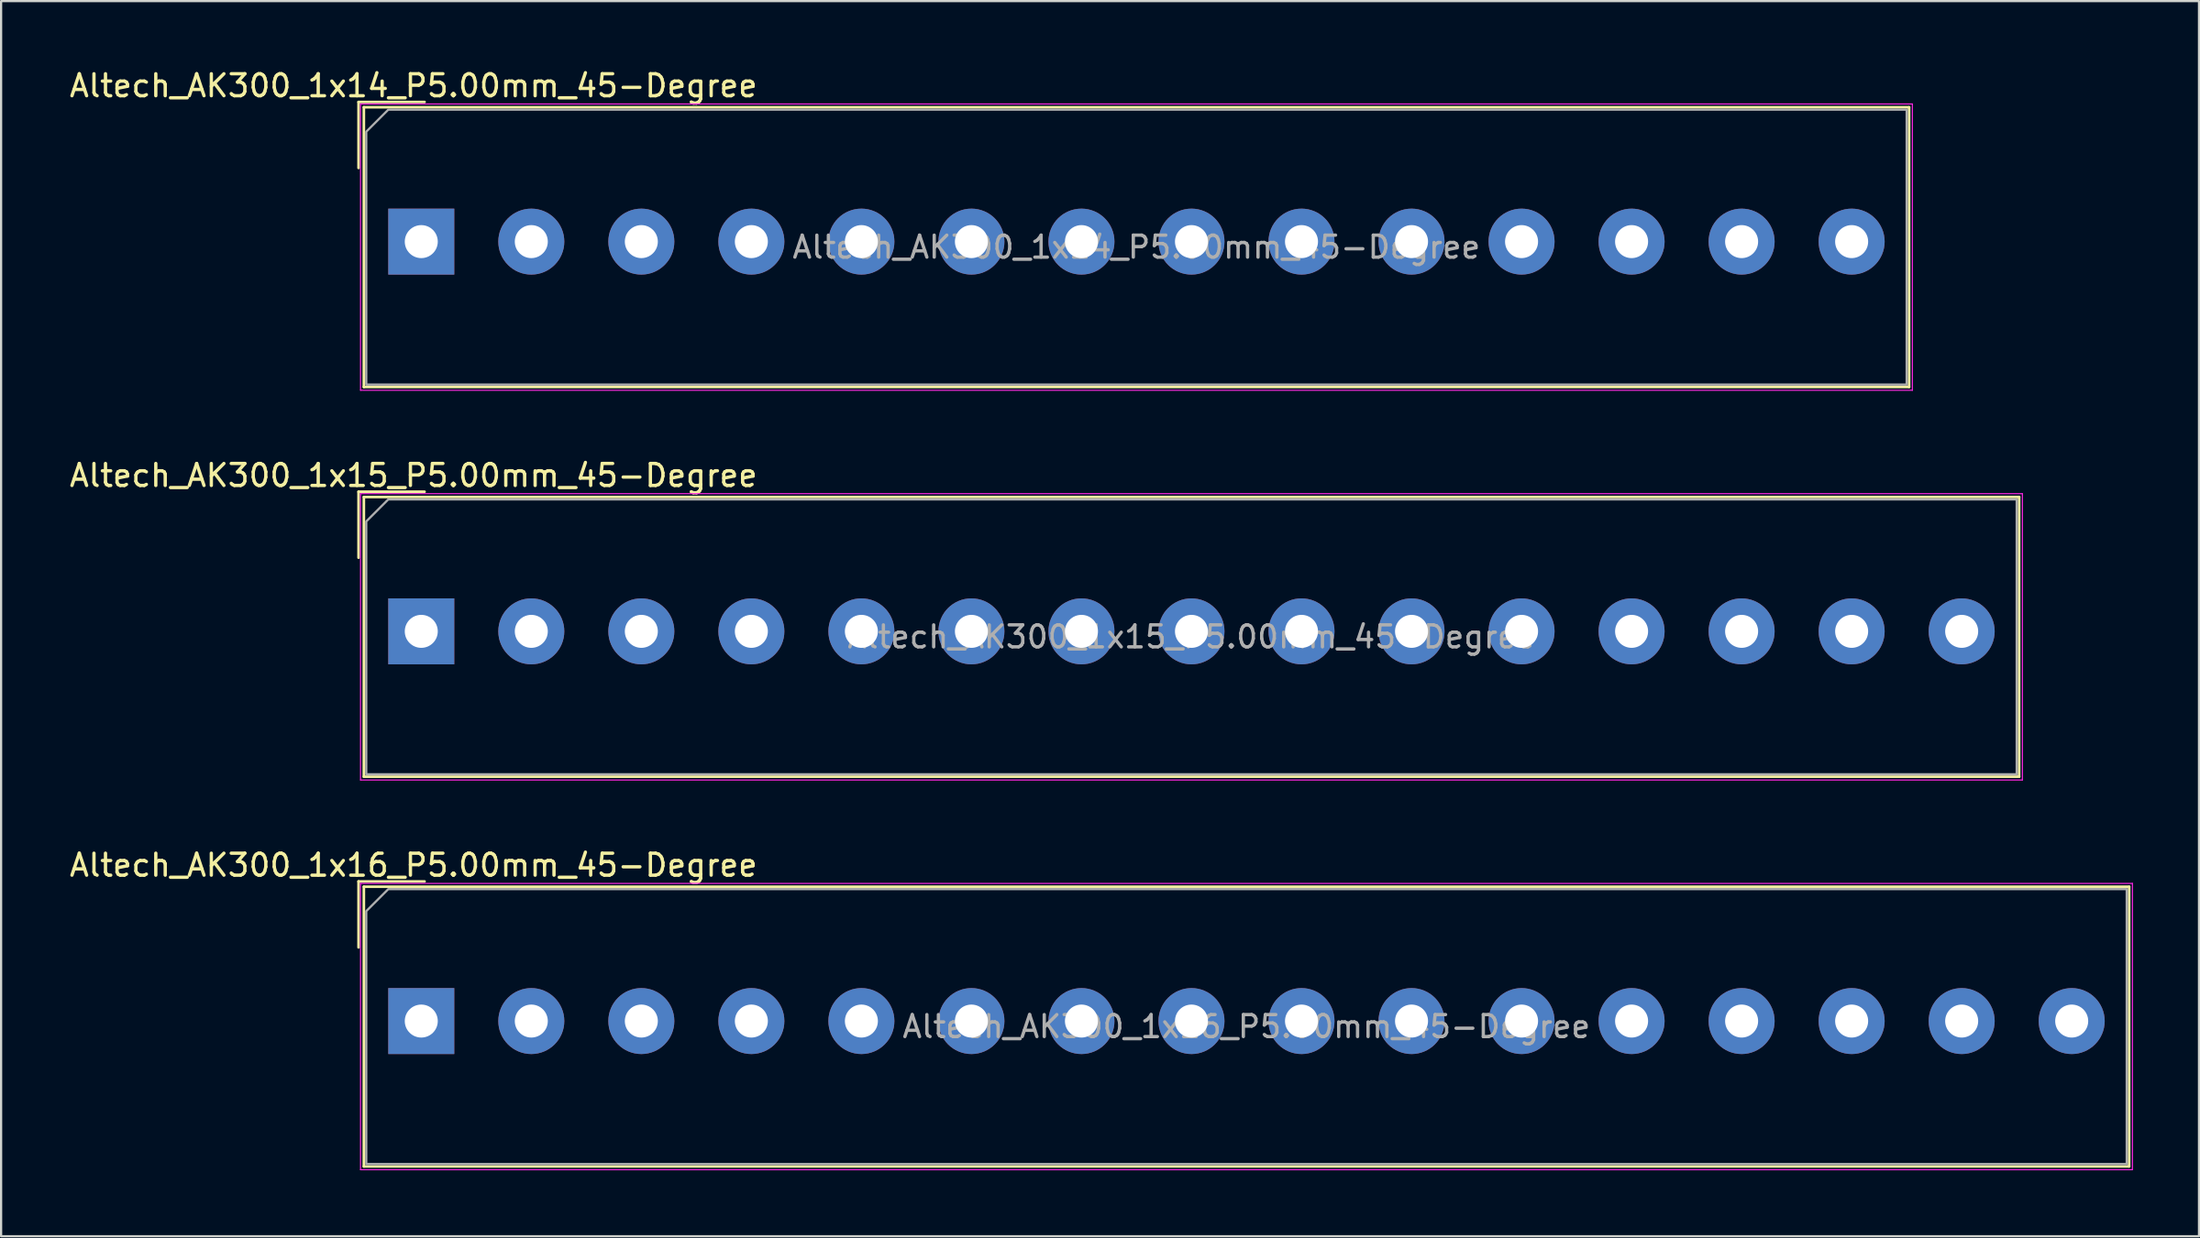
<source format=kicad_pcb>
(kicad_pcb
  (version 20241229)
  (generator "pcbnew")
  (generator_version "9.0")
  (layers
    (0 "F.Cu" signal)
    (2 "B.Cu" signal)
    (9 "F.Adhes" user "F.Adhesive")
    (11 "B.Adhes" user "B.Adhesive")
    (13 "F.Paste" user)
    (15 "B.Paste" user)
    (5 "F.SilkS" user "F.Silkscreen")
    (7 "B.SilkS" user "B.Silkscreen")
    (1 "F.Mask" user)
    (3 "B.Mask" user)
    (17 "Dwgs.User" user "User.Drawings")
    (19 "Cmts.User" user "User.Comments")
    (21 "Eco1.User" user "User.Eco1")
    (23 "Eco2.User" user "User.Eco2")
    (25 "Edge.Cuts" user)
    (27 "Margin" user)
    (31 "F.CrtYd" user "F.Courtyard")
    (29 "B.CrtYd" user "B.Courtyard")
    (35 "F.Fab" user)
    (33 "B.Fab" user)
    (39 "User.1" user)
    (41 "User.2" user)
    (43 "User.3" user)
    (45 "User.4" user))
  (footprint "Altech_AK300_1x15_P5.00mm_45-Degree"
    (layer "F.Cu")
    (at 16.094 25.662)
    (property "Reference" "Altech_AK300_1x15_P5.00mm_45-Degree" (at -0.35 -7.09 0) (layer "F.SilkS") (effects (font (size 1 1) (thickness 0.15))))
    (attr through_hole)
    (fp_line (start -2.85 -6.35) (end 0.15 -6.35) (stroke (width 0.12) (type solid)) (layer "F.SilkS"))
    (fp_line (start -2.85 -3.35) (end -2.85 -6.35) (stroke (width 0.12) (type solid)) (layer "F.SilkS"))
    (fp_line (start -2.61 -6.11) (end -2.61 6.61) (stroke (width 0.12) (type solid)) (layer "F.SilkS"))
    (fp_line (start -2.61 -6.11) (end 72.61 -6.11) (stroke (width 0.12) (type solid)) (layer "F.SilkS"))
    (fp_line (start -2.61 6.61) (end 72.61 6.61) (stroke (width 0.12) (type solid)) (layer "F.SilkS"))
    (fp_line (start 72.61 -6.11) (end 72.61 6.61) (stroke (width 0.12) (type solid)) (layer "F.SilkS"))
    (fp_line (start -2.76 -6.26) (end -2.76 6.76) (stroke (width 0.05) (type solid)) (layer "F.CrtYd"))
    (fp_line (start -2.76 6.76) (end 72.76 6.76) (stroke (width 0.05) (type solid)) (layer "F.CrtYd"))
    (fp_line (start 72.76 -6.26) (end -2.76 -6.26) (stroke (width 0.05) (type solid)) (layer "F.CrtYd"))
    (fp_line (start 72.76 6.76) (end 72.76 -6.26) (stroke (width 0.05) (type solid)) (layer "F.CrtYd"))
    (fp_poly (pts (xy -2.5 -5) (xy -2.5 6.5) (xy 72.5 6.5) (xy 72.5 -6) (xy -1.5 -6)) (stroke (width 0.1) (type solid)) (fill no) (layer "F.Fab"))
    (fp_text user "${REFERENCE}" (at 35 0.25 0) (layer "F.Fab") (effects (font (size 1 1) (thickness 0.15))))
    (pad "1" thru_hole rect (at 0 0) (size 3 3) (drill 1.5) (layers "*.Cu" "*.Mask"))
    (pad "2" thru_hole circle (at 5 0) (size 3 3) (drill 1.5) (layers "*.Cu" "*.Mask"))
    (pad "3" thru_hole circle (at 10 0) (size 3 3) (drill 1.5) (layers "*.Cu" "*.Mask"))
    (pad "4" thru_hole circle (at 15 0) (size 3 3) (drill 1.5) (layers "*.Cu" "*.Mask"))
    (pad "5" thru_hole circle (at 20 0) (size 3 3) (drill 1.5) (layers "*.Cu" "*.Mask"))
    (pad "6" thru_hole circle (at 25 0) (size 3 3) (drill 1.5) (layers "*.Cu" "*.Mask"))
    (pad "7" thru_hole circle (at 30 0) (size 3 3) (drill 1.5) (layers "*.Cu" "*.Mask"))
    (pad "8" thru_hole circle (at 35 0) (size 3 3) (drill 1.5) (layers "*.Cu" "*.Mask"))
    (pad "9" thru_hole circle (at 40 0) (size 3 3) (drill 1.5) (layers "*.Cu" "*.Mask"))
    (pad "10" thru_hole circle (at 45 0) (size 3 3) (drill 1.5) (layers "*.Cu" "*.Mask"))
    (pad "11" thru_hole circle (at 50 0) (size 3 3) (drill 1.5) (layers "*.Cu" "*.Mask"))
    (pad "12" thru_hole circle (at 55 0) (size 3 3) (drill 1.5) (layers "*.Cu" "*.Mask"))
    (pad "13" thru_hole circle (at 60 0) (size 3 3) (drill 1.5) (layers "*.Cu" "*.Mask"))
    (pad "14" thru_hole circle (at 65 0) (size 3 3) (drill 1.5) (layers "*.Cu" "*.Mask"))
    (pad "15" thru_hole circle (at 70 0) (size 3 3) (drill 1.5) (layers "*.Cu" "*.Mask")))
  (footprint "Altech_AK300_1x14_P5.00mm_45-Degree"
    (layer "F.Cu")
    (at 16.094 7.938)
    (property "Reference" "Altech_AK300_1x14_P5.00mm_45-Degree" (at -0.35 -7.09 0) (layer "F.SilkS") (effects (font (size 1 1) (thickness 0.15))))
    (attr through_hole)
    (fp_line (start -2.85 -6.35) (end 0.15 -6.35) (stroke (width 0.12) (type solid)) (layer "F.SilkS"))
    (fp_line (start -2.85 -3.35) (end -2.85 -6.35) (stroke (width 0.12) (type solid)) (layer "F.SilkS"))
    (fp_line (start -2.61 -6.11) (end -2.61 6.61) (stroke (width 0.12) (type solid)) (layer "F.SilkS"))
    (fp_line (start -2.61 -6.11) (end 67.61 -6.11) (stroke (width 0.12) (type solid)) (layer "F.SilkS"))
    (fp_line (start -2.61 6.61) (end 67.61 6.61) (stroke (width 0.12) (type solid)) (layer "F.SilkS"))
    (fp_line (start 67.61 -6.11) (end 67.61 6.61) (stroke (width 0.12) (type solid)) (layer "F.SilkS"))
    (fp_line (start -2.76 -6.26) (end -2.76 6.76) (stroke (width 0.05) (type solid)) (layer "F.CrtYd"))
    (fp_line (start -2.76 6.76) (end 67.76 6.76) (stroke (width 0.05) (type solid)) (layer "F.CrtYd"))
    (fp_line (start 67.76 -6.26) (end -2.76 -6.26) (stroke (width 0.05) (type solid)) (layer "F.CrtYd"))
    (fp_line (start 67.76 6.76) (end 67.76 -6.26) (stroke (width 0.05) (type solid)) (layer "F.CrtYd"))
    (fp_poly (pts (xy -2.5 -5) (xy -2.5 6.5) (xy 67.5 6.5) (xy 67.5 -6) (xy -1.5 -6)) (stroke (width 0.1) (type solid)) (fill no) (layer "F.Fab"))
    (fp_text user "${REFERENCE}" (at 32.5 0.25 0) (layer "F.Fab") (effects (font (size 1 1) (thickness 0.15))))
    (pad "1" thru_hole rect (at 0 0) (size 3 3) (drill 1.5) (layers "*.Cu" "*.Mask"))
    (pad "2" thru_hole circle (at 5 0) (size 3 3) (drill 1.5) (layers "*.Cu" "*.Mask"))
    (pad "3" thru_hole circle (at 10 0) (size 3 3) (drill 1.5) (layers "*.Cu" "*.Mask"))
    (pad "4" thru_hole circle (at 15 0) (size 3 3) (drill 1.5) (layers "*.Cu" "*.Mask"))
    (pad "5" thru_hole circle (at 20 0) (size 3 3) (drill 1.5) (layers "*.Cu" "*.Mask"))
    (pad "6" thru_hole circle (at 25 0) (size 3 3) (drill 1.5) (layers "*.Cu" "*.Mask"))
    (pad "7" thru_hole circle (at 30 0) (size 3 3) (drill 1.5) (layers "*.Cu" "*.Mask"))
    (pad "8" thru_hole circle (at 35 0) (size 3 3) (drill 1.5) (layers "*.Cu" "*.Mask"))
    (pad "9" thru_hole circle (at 40 0) (size 3 3) (drill 1.5) (layers "*.Cu" "*.Mask"))
    (pad "10" thru_hole circle (at 45 0) (size 3 3) (drill 1.5) (layers "*.Cu" "*.Mask"))
    (pad "11" thru_hole circle (at 50 0) (size 3 3) (drill 1.5) (layers "*.Cu" "*.Mask"))
    (pad "12" thru_hole circle (at 55 0) (size 3 3) (drill 1.5) (layers "*.Cu" "*.Mask"))
    (pad "13" thru_hole circle (at 60 0) (size 3 3) (drill 1.5) (layers "*.Cu" "*.Mask"))
    (pad "14" thru_hole circle (at 65 0) (size 3 3) (drill 1.5) (layers "*.Cu" "*.Mask")))
  (footprint "Altech_AK300_1x16_P5.00mm_45-Degree"
    (layer "F.Cu")
    (at 16.094 43.385)
    (property "Reference" "Altech_AK300_1x16_P5.00mm_45-Degree" (at -0.35 -7.09 0) (layer "F.SilkS") (effects (font (size 1 1) (thickness 0.15))))
    (attr through_hole)
    (fp_line (start -2.85 -6.35) (end 0.15 -6.35) (stroke (width 0.12) (type solid)) (layer "F.SilkS"))
    (fp_line (start -2.85 -3.35) (end -2.85 -6.35) (stroke (width 0.12) (type solid)) (layer "F.SilkS"))
    (fp_line (start -2.61 -6.11) (end -2.61 6.61) (stroke (width 0.12) (type solid)) (layer "F.SilkS"))
    (fp_line (start -2.61 -6.11) (end 77.61 -6.11) (stroke (width 0.12) (type solid)) (layer "F.SilkS"))
    (fp_line (start -2.61 6.61) (end 77.61 6.61) (stroke (width 0.12) (type solid)) (layer "F.SilkS"))
    (fp_line (start 77.61 -6.11) (end 77.61 6.61) (stroke (width 0.12) (type solid)) (layer "F.SilkS"))
    (fp_line (start -2.76 -6.26) (end -2.76 6.76) (stroke (width 0.05) (type solid)) (layer "F.CrtYd"))
    (fp_line (start -2.76 6.76) (end 77.76 6.76) (stroke (width 0.05) (type solid)) (layer "F.CrtYd"))
    (fp_line (start 77.76 -6.26) (end -2.76 -6.26) (stroke (width 0.05) (type solid)) (layer "F.CrtYd"))
    (fp_line (start 77.76 6.76) (end 77.76 -6.26) (stroke (width 0.05) (type solid)) (layer "F.CrtYd"))
    (fp_poly (pts (xy -2.5 -5) (xy -2.5 6.5) (xy 77.5 6.5) (xy 77.5 -6) (xy -1.5 -6)) (stroke (width 0.1) (type solid)) (fill no) (layer "F.Fab"))
    (fp_text user "${REFERENCE}" (at 37.5 0.25 0) (layer "F.Fab") (effects (font (size 1 1) (thickness 0.15))))
    (pad "1" thru_hole rect (at 0 0) (size 3 3) (drill 1.5) (layers "*.Cu" "*.Mask"))
    (pad "2" thru_hole circle (at 5 0) (size 3 3) (drill 1.5) (layers "*.Cu" "*.Mask"))
    (pad "3" thru_hole circle (at 10 0) (size 3 3) (drill 1.5) (layers "*.Cu" "*.Mask"))
    (pad "4" thru_hole circle (at 15 0) (size 3 3) (drill 1.5) (layers "*.Cu" "*.Mask"))
    (pad "5" thru_hole circle (at 20 0) (size 3 3) (drill 1.5) (layers "*.Cu" "*.Mask"))
    (pad "6" thru_hole circle (at 25 0) (size 3 3) (drill 1.5) (layers "*.Cu" "*.Mask"))
    (pad "7" thru_hole circle (at 30 0) (size 3 3) (drill 1.5) (layers "*.Cu" "*.Mask"))
    (pad "8" thru_hole circle (at 35 0) (size 3 3) (drill 1.5) (layers "*.Cu" "*.Mask"))
    (pad "9" thru_hole circle (at 40 0) (size 3 3) (drill 1.5) (layers "*.Cu" "*.Mask"))
    (pad "10" thru_hole circle (at 45 0) (size 3 3) (drill 1.5) (layers "*.Cu" "*.Mask"))
    (pad "11" thru_hole circle (at 50 0) (size 3 3) (drill 1.5) (layers "*.Cu" "*.Mask"))
    (pad "12" thru_hole circle (at 55 0) (size 3 3) (drill 1.5) (layers "*.Cu" "*.Mask"))
    (pad "13" thru_hole circle (at 60 0) (size 3 3) (drill 1.5) (layers "*.Cu" "*.Mask"))
    (pad "14" thru_hole circle (at 65 0) (size 3 3) (drill 1.5) (layers "*.Cu" "*.Mask"))
    (pad "15" thru_hole circle (at 70 0) (size 3 3) (drill 1.5) (layers "*.Cu" "*.Mask"))
    (pad "16" thru_hole circle (at 75 0) (size 3 3) (drill 1.5) (layers "*.Cu" "*.Mask")))
  (gr_rect
    (start -3 -3)
    (end 96.879 53.17)
    (stroke (width 0.1) (type default))
    (fill no)
    (layer "Edge.Cuts")))
</source>
